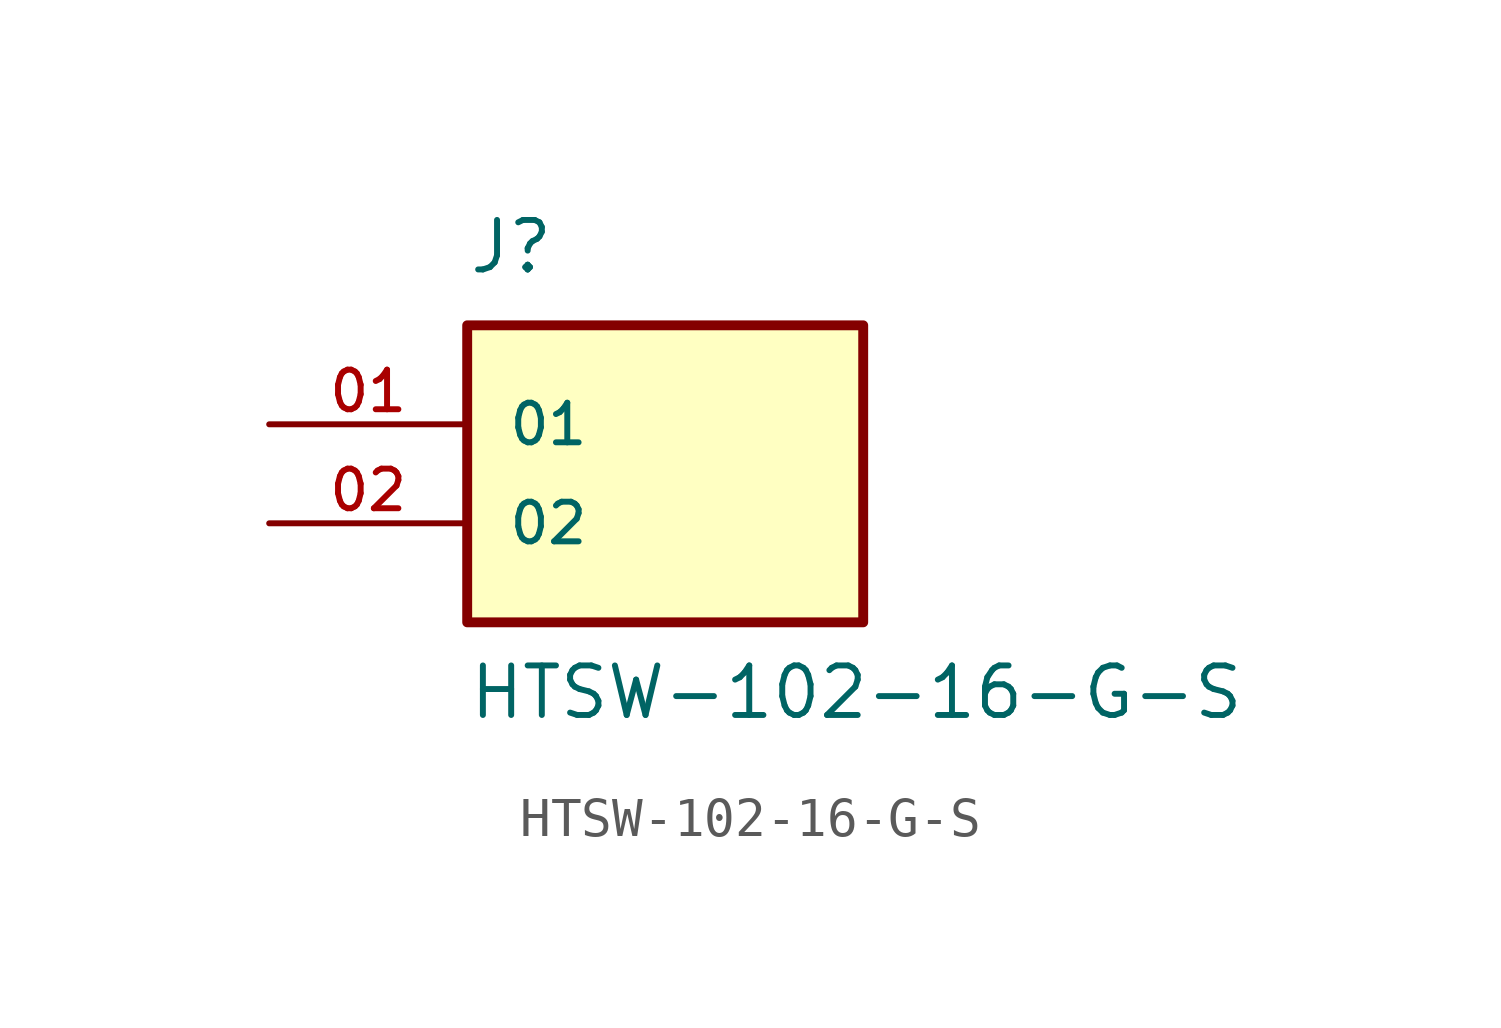
<source format=kicad_sym>
(kicad_symbol_lib
  (version 20211014)
  (generator kicad_symbol_editor)
  (symbol "HTSW-102-16-G-S"
    (pin_names
      (offset 1.016))
    (property "Reference" "J"
      (at -5.08 3.81 0)
      (effects (font (size 1.27 1.27)) (justify bottom left)))
    (property "Value" "HTSW-102-16-G-S"
      (at -5.08 -7.62 0)
      (effects (font (size 1.27 1.27)) (justify bottom left)))
    (symbol "HTSW-102-16-G-S_0_0"
      (rectangle (start -5.08 -5.08) (end 5.08 2.54) (stroke (width 0.254)) (fill (type background)))
      (pin passive line (at -10.16 0.0 0) (length 5.08) (name "01" (effects (font (size 1.016 1.016)))) (number "01" (effects (font (size 1.016 1.016)))))
      (pin passive line (at -10.16 -2.54 0) (length 5.08) (name "02" (effects (font (size 1.016 1.016)))) (number "02" (effects (font (size 1.016 1.016))))))))
</source>
